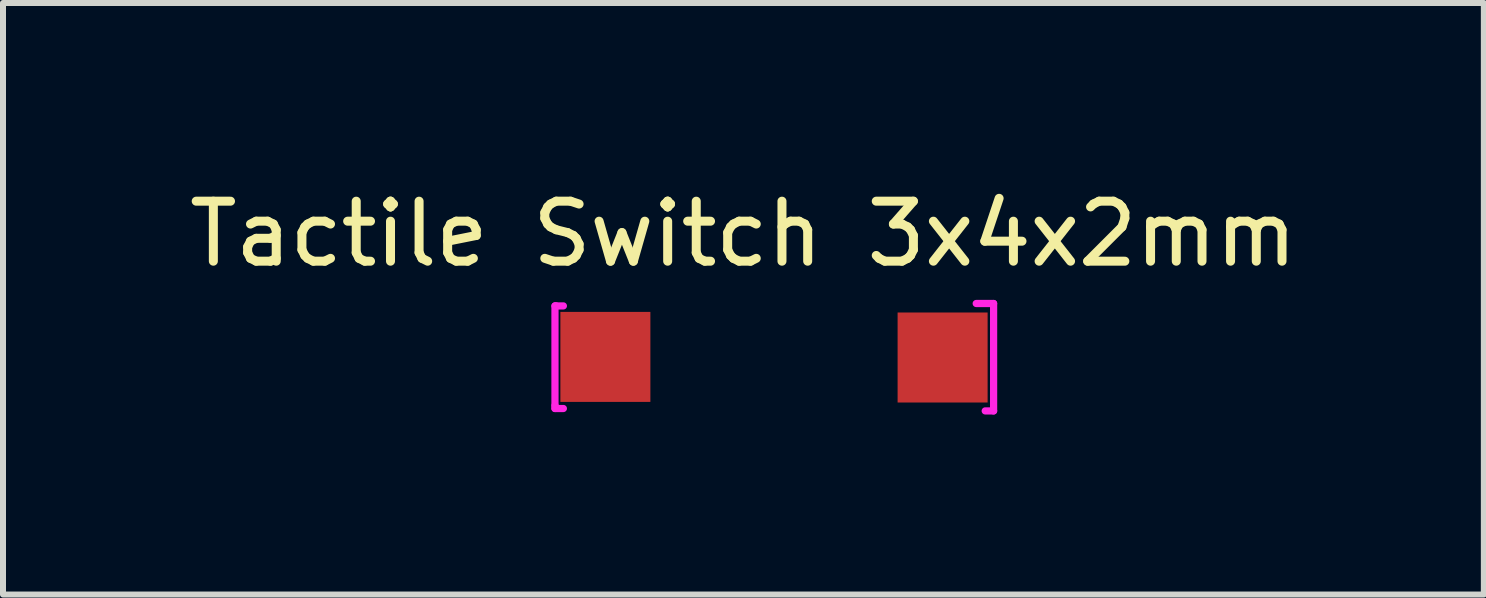
<source format=kicad_pcb>
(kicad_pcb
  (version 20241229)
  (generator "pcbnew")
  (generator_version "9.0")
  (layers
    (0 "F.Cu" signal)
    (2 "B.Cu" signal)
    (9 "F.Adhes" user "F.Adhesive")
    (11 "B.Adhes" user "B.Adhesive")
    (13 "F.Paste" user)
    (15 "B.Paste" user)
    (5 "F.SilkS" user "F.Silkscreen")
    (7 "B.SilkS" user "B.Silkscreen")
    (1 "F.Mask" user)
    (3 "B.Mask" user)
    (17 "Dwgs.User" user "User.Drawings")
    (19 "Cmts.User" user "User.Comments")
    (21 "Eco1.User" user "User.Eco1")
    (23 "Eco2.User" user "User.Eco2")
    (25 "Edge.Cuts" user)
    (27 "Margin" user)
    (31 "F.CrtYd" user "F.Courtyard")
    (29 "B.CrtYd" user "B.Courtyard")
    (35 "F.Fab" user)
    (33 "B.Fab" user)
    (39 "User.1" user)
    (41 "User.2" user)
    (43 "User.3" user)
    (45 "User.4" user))
  (footprint "Tactile Switch 3x4x2mm"
    (layer "F.Cu")
    (at 9.339 0.348)
    (property "Reference" "Tactile Switch 3x4x2mm" (at 0 0.5 0) (layer "F.SilkS") (effects (font (size 1 1) (thickness 0.15))))
    (attr through_hole)
    (fp_line (start -3.14 1.7) (end -3.14 3.36) (stroke (width 0.12) (type solid)) (layer "F.CrtYd"))
    (fp_line (start -3.14 3.36) (end -3.14 3.41) (stroke (width 0.12) (type solid)) (layer "F.CrtYd"))
    (fp_line (start -3.14 3.41) (end -3 3.41) (stroke (width 0.12) (type solid)) (layer "F.CrtYd"))
    (fp_line (start -3.12 1.7) (end -3.14 1.7) (stroke (width 0.12) (type solid)) (layer "F.CrtYd"))
    (fp_line (start -3 1.7) (end -3.12 1.7) (stroke (width 0.12) (type solid)) (layer "F.CrtYd"))
    (fp_line (start 3.88 1.66) (end 4.17 1.66) (stroke (width 0.12) (type solid)) (layer "F.CrtYd"))
    (fp_line (start 4.17 1.66) (end 4.17 3.45) (stroke (width 0.12) (type solid)) (layer "F.CrtYd"))
    (fp_line (start 4.17 3.45) (end 4.03 3.45) (stroke (width 0.12) (type solid)) (layer "F.CrtYd"))
    (pad "1" smd rect (at -2.3 2.55) (size 1.5 1.5) (layers "F.Cu" "F.Mask" "F.Paste"))
    (pad "1" smd rect (at 3.32 2.56) (size 1.5 1.5) (layers "F.Cu" "F.Mask" "F.Paste")))
  (gr_rect
    (start -3 -3)
    (end 21.679 6.858)
    (stroke (width 0.1) (type default))
    (fill no)
    (layer "Edge.Cuts")))
</source>
